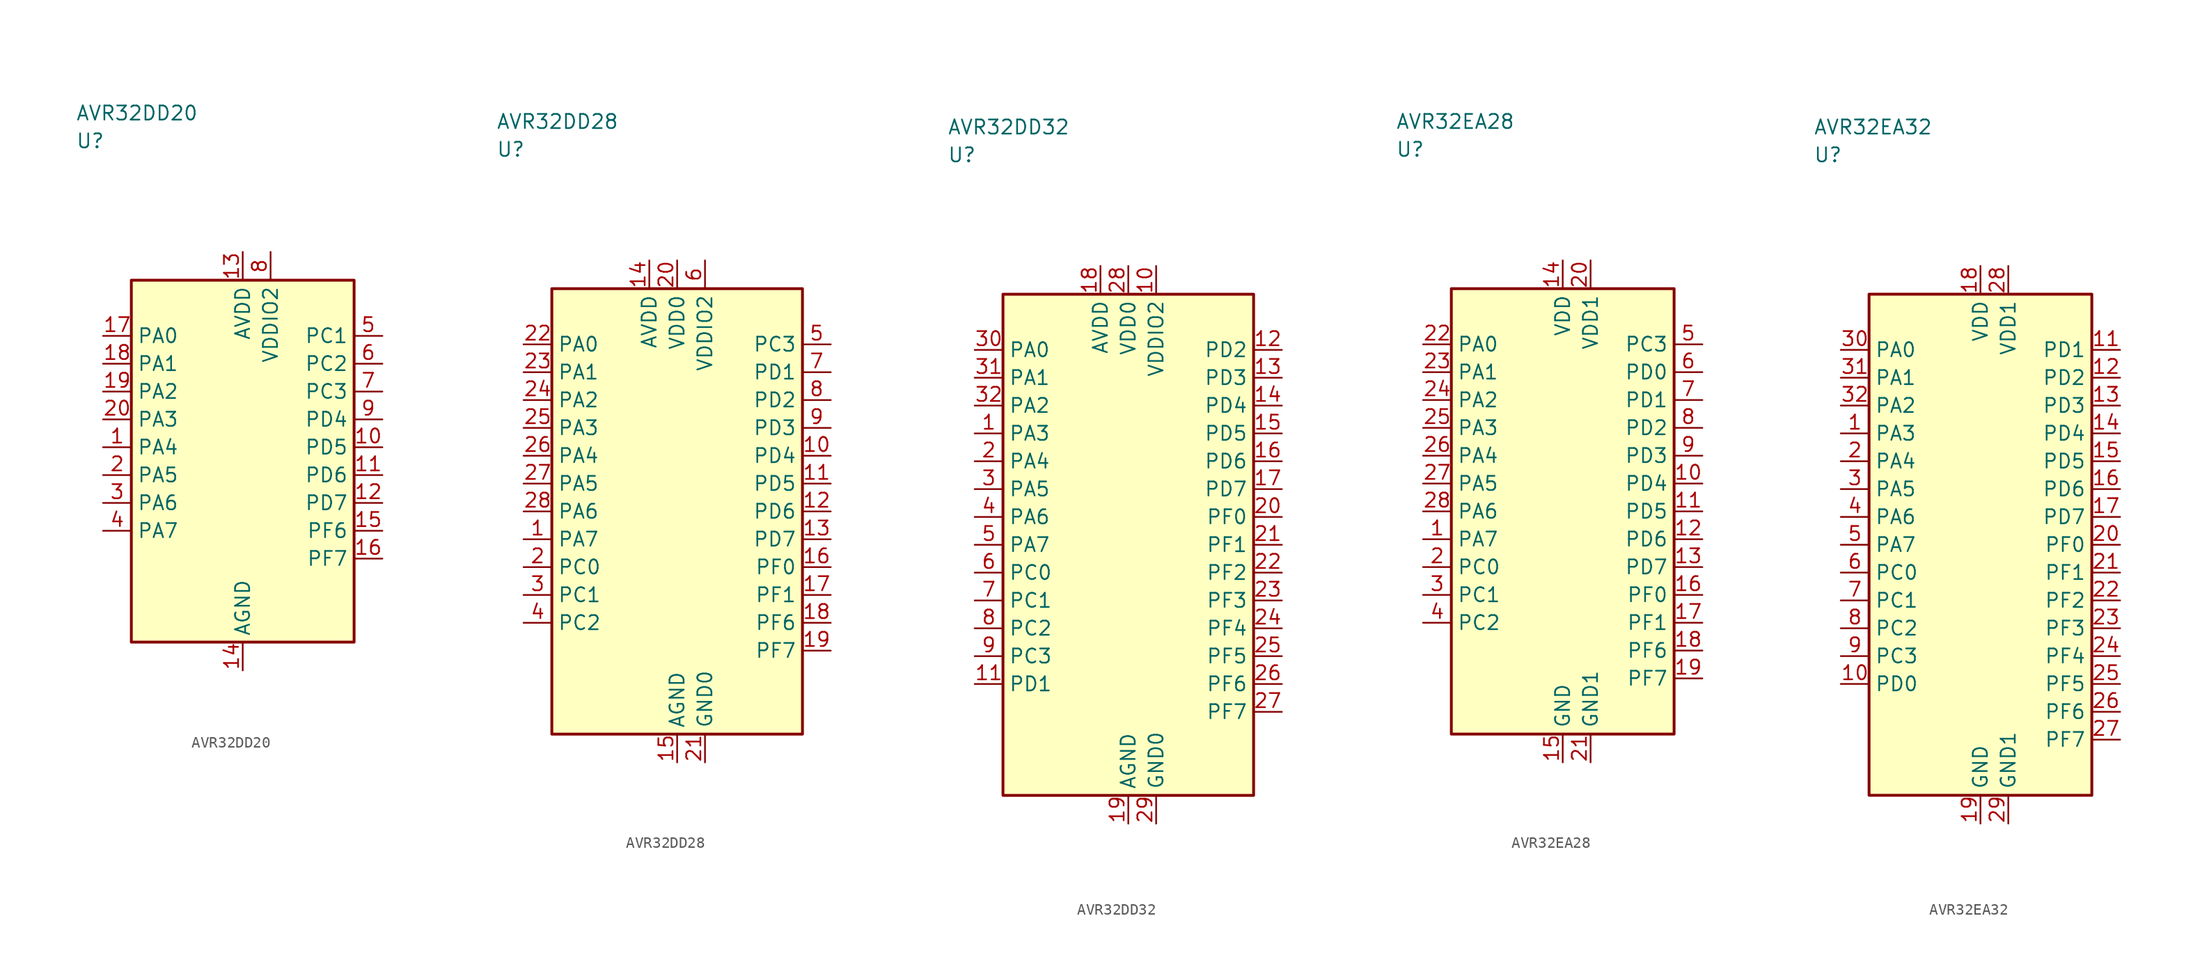
<source format=kicad_sym>
(kicad_symbol_lib
  (version 20241025)
  (generator "kicad_symbol_editor")
  (generator_version "8.0")
  (symbol "AVR32DD20"
    (property "Reference" "U"
      (at -15.0 28.75 0)
      (effects (font (size 1.27 1.27)) (justify left)))
    (property "Value" "AVR32DD20"
      (at -15.0 31.25 0)
      (effects (font (size 1.27 1.27)) (justify left)))
    (symbol "AVR32DD20_0_1"
      (rectangle (start -10.0 16.25) (end 10.0 -16.25) (stroke (width 0.254) (type default)) (fill (type background))))
    (symbol "AVR32DD20_1_1"
      (pin bidirectional line (at -12.54 1.25 0.0) (length 2.54) (name "PA4" (effects (font (size 1.27 1.27)))) (number "1" (effects (font (size 1.27 1.27)))))
      (pin bidirectional line (at -12.54 -1.25 0.0) (length 2.54) (name "PA5" (effects (font (size 1.27 1.27)))) (number "2" (effects (font (size 1.27 1.27)))))
      (pin bidirectional line (at -12.54 -3.75 0.0) (length 2.54) (name "PA6" (effects (font (size 1.27 1.27)))) (number "3" (effects (font (size 1.27 1.27)))))
      (pin bidirectional line (at -12.54 -6.25 0.0) (length 2.54) (name "PA7" (effects (font (size 1.27 1.27)))) (number "4" (effects (font (size 1.27 1.27)))))
      (pin bidirectional line (at 12.54 11.25 180.0) (length 2.54) (name "PC1" (effects (font (size 1.27 1.27)))) (number "5" (effects (font (size 1.27 1.27)))))
      (pin bidirectional line (at 12.54 8.75 180.0) (length 2.54) (name "PC2" (effects (font (size 1.27 1.27)))) (number "6" (effects (font (size 1.27 1.27)))))
      (pin bidirectional line (at 12.54 6.25 180.0) (length 2.54) (name "PC3" (effects (font (size 1.27 1.27)))) (number "7" (effects (font (size 1.27 1.27)))))
      (pin power_in line (at 2.5 18.79 270.0) (length 2.54) (name "VDDIO2" (effects (font (size 1.27 1.27)))) (number "8" (effects (font (size 1.27 1.27)))))
      (pin bidirectional line (at 12.54 3.75 180.0) (length 2.54) (name "PD4" (effects (font (size 1.27 1.27)))) (number "9" (effects (font (size 1.27 1.27)))))
      (pin bidirectional line (at 12.54 1.25 180.0) (length 2.54) (name "PD5" (effects (font (size 1.27 1.27)))) (number "10" (effects (font (size 1.27 1.27)))))
      (pin bidirectional line (at 12.54 -1.25 180.0) (length 2.54) (name "PD6" (effects (font (size 1.27 1.27)))) (number "11" (effects (font (size 1.27 1.27)))))
      (pin bidirectional line (at 12.54 -3.75 180.0) (length 2.54) (name "PD7" (effects (font (size 1.27 1.27)))) (number "12" (effects (font (size 1.27 1.27)))))
      (pin power_in line (at 0.0 18.79 270.0) (length 2.54) (name "AVDD" (effects (font (size 1.27 1.27)))) (number "13" (effects (font (size 1.27 1.27)))))
      (pin passive line (at 0.0 -18.79 90.0) (length 2.54) (name "AGND" (effects (font (size 1.27 1.27)))) (number "14" (effects (font (size 1.27 1.27)))))
      (pin bidirectional line (at 12.54 -6.25 180.0) (length 2.54) (name "PF6" (effects (font (size 1.27 1.27)))) (number "15" (effects (font (size 1.27 1.27)))))
      (pin bidirectional line (at 12.54 -8.75 180.0) (length 2.54) (name "PF7" (effects (font (size 1.27 1.27)))) (number "16" (effects (font (size 1.27 1.27)))))
      (pin bidirectional line (at -12.54 11.25 0.0) (length 2.54) (name "PA0" (effects (font (size 1.27 1.27)))) (number "17" (effects (font (size 1.27 1.27)))))
      (pin bidirectional line (at -12.54 8.75 0.0) (length 2.54) (name "PA1" (effects (font (size 1.27 1.27)))) (number "18" (effects (font (size 1.27 1.27)))))
      (pin bidirectional line (at -12.54 6.25 0.0) (length 2.54) (name "PA2" (effects (font (size 1.27 1.27)))) (number "19" (effects (font (size 1.27 1.27)))))
      (pin bidirectional line (at -12.54 3.75 0.0) (length 2.54) (name "PA3" (effects (font (size 1.27 1.27)))) (number "20" (effects (font (size 1.27 1.27)))))))
  (symbol "AVR32DD28"
    (property "Reference" "U"
      (at -16.25 32.5 0)
      (effects (font (size 1.27 1.27)) (justify left)))
    (property "Value" "AVR32DD28"
      (at -16.25 35.0 0)
      (effects (font (size 1.27 1.27)) (justify left)))
    (symbol "AVR32DD28_0_1"
      (rectangle (start -11.25 20.0) (end 11.25 -20.0) (stroke (width 0.254) (type default)) (fill (type background))))
    (symbol "AVR32DD28_1_1"
      (pin bidirectional line (at -13.79 -2.5 0.0) (length 2.54) (name "PA7" (effects (font (size 1.27 1.27)))) (number "1" (effects (font (size 1.27 1.27)))))
      (pin bidirectional line (at -13.79 -5.0 0.0) (length 2.54) (name "PC0" (effects (font (size 1.27 1.27)))) (number "2" (effects (font (size 1.27 1.27)))))
      (pin bidirectional line (at -13.79 -7.5 0.0) (length 2.54) (name "PC1" (effects (font (size 1.27 1.27)))) (number "3" (effects (font (size 1.27 1.27)))))
      (pin bidirectional line (at -13.79 -10.0 0.0) (length 2.54) (name "PC2" (effects (font (size 1.27 1.27)))) (number "4" (effects (font (size 1.27 1.27)))))
      (pin bidirectional line (at 13.79 15.0 180.0) (length 2.54) (name "PC3" (effects (font (size 1.27 1.27)))) (number "5" (effects (font (size 1.27 1.27)))))
      (pin power_in line (at 2.5 22.54 270.0) (length 2.54) (name "VDDIO2" (effects (font (size 1.27 1.27)))) (number "6" (effects (font (size 1.27 1.27)))))
      (pin bidirectional line (at 13.79 12.5 180.0) (length 2.54) (name "PD1" (effects (font (size 1.27 1.27)))) (number "7" (effects (font (size 1.27 1.27)))))
      (pin bidirectional line (at 13.79 10.0 180.0) (length 2.54) (name "PD2" (effects (font (size 1.27 1.27)))) (number "8" (effects (font (size 1.27 1.27)))))
      (pin bidirectional line (at 13.79 7.5 180.0) (length 2.54) (name "PD3" (effects (font (size 1.27 1.27)))) (number "9" (effects (font (size 1.27 1.27)))))
      (pin bidirectional line (at 13.79 5.0 180.0) (length 2.54) (name "PD4" (effects (font (size 1.27 1.27)))) (number "10" (effects (font (size 1.27 1.27)))))
      (pin bidirectional line (at 13.79 2.5 180.0) (length 2.54) (name "PD5" (effects (font (size 1.27 1.27)))) (number "11" (effects (font (size 1.27 1.27)))))
      (pin bidirectional line (at 13.79 0.0 180.0) (length 2.54) (name "PD6" (effects (font (size 1.27 1.27)))) (number "12" (effects (font (size 1.27 1.27)))))
      (pin bidirectional line (at 13.79 -2.5 180.0) (length 2.54) (name "PD7" (effects (font (size 1.27 1.27)))) (number "13" (effects (font (size 1.27 1.27)))))
      (pin power_in line (at -2.5 22.54 270.0) (length 2.54) (name "AVDD" (effects (font (size 1.27 1.27)))) (number "14" (effects (font (size 1.27 1.27)))))
      (pin passive line (at 0.0 -22.54 90.0) (length 2.54) (name "AGND" (effects (font (size 1.27 1.27)))) (number "15" (effects (font (size 1.27 1.27)))))
      (pin bidirectional line (at 13.79 -5.0 180.0) (length 2.54) (name "PF0" (effects (font (size 1.27 1.27)))) (number "16" (effects (font (size 1.27 1.27)))))
      (pin bidirectional line (at 13.79 -7.5 180.0) (length 2.54) (name "PF1" (effects (font (size 1.27 1.27)))) (number "17" (effects (font (size 1.27 1.27)))))
      (pin bidirectional line (at 13.79 -10.0 180.0) (length 2.54) (name "PF6" (effects (font (size 1.27 1.27)))) (number "18" (effects (font (size 1.27 1.27)))))
      (pin bidirectional line (at 13.79 -12.5 180.0) (length 2.54) (name "PF7" (effects (font (size 1.27 1.27)))) (number "19" (effects (font (size 1.27 1.27)))))
      (pin power_in line (at 0.0 22.54 270.0) (length 2.54) (name "VDD0" (effects (font (size 1.27 1.27)))) (number "20" (effects (font (size 1.27 1.27)))))
      (pin passive line (at 2.5 -22.54 90.0) (length 2.54) (name "GND0" (effects (font (size 1.27 1.27)))) (number "21" (effects (font (size 1.27 1.27)))))
      (pin bidirectional line (at -13.79 15.0 0.0) (length 2.54) (name "PA0" (effects (font (size 1.27 1.27)))) (number "22" (effects (font (size 1.27 1.27)))))
      (pin bidirectional line (at -13.79 12.5 0.0) (length 2.54) (name "PA1" (effects (font (size 1.27 1.27)))) (number "23" (effects (font (size 1.27 1.27)))))
      (pin bidirectional line (at -13.79 10.0 0.0) (length 2.54) (name "PA2" (effects (font (size 1.27 1.27)))) (number "24" (effects (font (size 1.27 1.27)))))
      (pin bidirectional line (at -13.79 7.5 0.0) (length 2.54) (name "PA3" (effects (font (size 1.27 1.27)))) (number "25" (effects (font (size 1.27 1.27)))))
      (pin bidirectional line (at -13.79 5.0 0.0) (length 2.54) (name "PA4" (effects (font (size 1.27 1.27)))) (number "26" (effects (font (size 1.27 1.27)))))
      (pin bidirectional line (at -13.79 2.5 0.0) (length 2.54) (name "PA5" (effects (font (size 1.27 1.27)))) (number "27" (effects (font (size 1.27 1.27)))))
      (pin bidirectional line (at -13.79 0.0 0.0) (length 2.54) (name "PA6" (effects (font (size 1.27 1.27)))) (number "28" (effects (font (size 1.27 1.27)))))))
  (symbol "AVR32DD32"
    (property "Reference" "U"
      (at -16.25 35.0 0)
      (effects (font (size 1.27 1.27)) (justify left)))
    (property "Value" "AVR32DD32"
      (at -16.25 37.5 0)
      (effects (font (size 1.27 1.27)) (justify left)))
    (symbol "AVR32DD32_0_1"
      (rectangle (start -11.25 22.5) (end 11.25 -22.5) (stroke (width 0.254) (type default)) (fill (type background))))
    (symbol "AVR32DD32_1_1"
      (pin bidirectional line (at -13.79 10.0 0.0) (length 2.54) (name "PA3" (effects (font (size 1.27 1.27)))) (number "1" (effects (font (size 1.27 1.27)))))
      (pin bidirectional line (at -13.79 7.5 0.0) (length 2.54) (name "PA4" (effects (font (size 1.27 1.27)))) (number "2" (effects (font (size 1.27 1.27)))))
      (pin bidirectional line (at -13.79 5.0 0.0) (length 2.54) (name "PA5" (effects (font (size 1.27 1.27)))) (number "3" (effects (font (size 1.27 1.27)))))
      (pin bidirectional line (at -13.79 2.5 0.0) (length 2.54) (name "PA6" (effects (font (size 1.27 1.27)))) (number "4" (effects (font (size 1.27 1.27)))))
      (pin bidirectional line (at -13.79 0.0 0.0) (length 2.54) (name "PA7" (effects (font (size 1.27 1.27)))) (number "5" (effects (font (size 1.27 1.27)))))
      (pin bidirectional line (at -13.79 -2.5 0.0) (length 2.54) (name "PC0" (effects (font (size 1.27 1.27)))) (number "6" (effects (font (size 1.27 1.27)))))
      (pin bidirectional line (at -13.79 -5.0 0.0) (length 2.54) (name "PC1" (effects (font (size 1.27 1.27)))) (number "7" (effects (font (size 1.27 1.27)))))
      (pin bidirectional line (at -13.79 -7.5 0.0) (length 2.54) (name "PC2" (effects (font (size 1.27 1.27)))) (number "8" (effects (font (size 1.27 1.27)))))
      (pin bidirectional line (at -13.79 -10.0 0.0) (length 2.54) (name "PC3" (effects (font (size 1.27 1.27)))) (number "9" (effects (font (size 1.27 1.27)))))
      (pin power_in line (at 2.5 25.04 270.0) (length 2.54) (name "VDDIO2" (effects (font (size 1.27 1.27)))) (number "10" (effects (font (size 1.27 1.27)))))
      (pin bidirectional line (at -13.79 -12.5 0.0) (length 2.54) (name "PD1" (effects (font (size 1.27 1.27)))) (number "11" (effects (font (size 1.27 1.27)))))
      (pin bidirectional line (at 13.79 17.5 180.0) (length 2.54) (name "PD2" (effects (font (size 1.27 1.27)))) (number "12" (effects (font (size 1.27 1.27)))))
      (pin bidirectional line (at 13.79 15.0 180.0) (length 2.54) (name "PD3" (effects (font (size 1.27 1.27)))) (number "13" (effects (font (size 1.27 1.27)))))
      (pin bidirectional line (at 13.79 12.5 180.0) (length 2.54) (name "PD4" (effects (font (size 1.27 1.27)))) (number "14" (effects (font (size 1.27 1.27)))))
      (pin bidirectional line (at 13.79 10.0 180.0) (length 2.54) (name "PD5" (effects (font (size 1.27 1.27)))) (number "15" (effects (font (size 1.27 1.27)))))
      (pin bidirectional line (at 13.79 7.5 180.0) (length 2.54) (name "PD6" (effects (font (size 1.27 1.27)))) (number "16" (effects (font (size 1.27 1.27)))))
      (pin bidirectional line (at 13.79 5.0 180.0) (length 2.54) (name "PD7" (effects (font (size 1.27 1.27)))) (number "17" (effects (font (size 1.27 1.27)))))
      (pin power_in line (at -2.5 25.04 270.0) (length 2.54) (name "AVDD" (effects (font (size 1.27 1.27)))) (number "18" (effects (font (size 1.27 1.27)))))
      (pin passive line (at 0.0 -25.04 90.0) (length 2.54) (name "AGND" (effects (font (size 1.27 1.27)))) (number "19" (effects (font (size 1.27 1.27)))))
      (pin bidirectional line (at 13.79 2.5 180.0) (length 2.54) (name "PF0" (effects (font (size 1.27 1.27)))) (number "20" (effects (font (size 1.27 1.27)))))
      (pin bidirectional line (at 13.79 0.0 180.0) (length 2.54) (name "PF1" (effects (font (size 1.27 1.27)))) (number "21" (effects (font (size 1.27 1.27)))))
      (pin bidirectional line (at 13.79 -2.5 180.0) (length 2.54) (name "PF2" (effects (font (size 1.27 1.27)))) (number "22" (effects (font (size 1.27 1.27)))))
      (pin bidirectional line (at 13.79 -5.0 180.0) (length 2.54) (name "PF3" (effects (font (size 1.27 1.27)))) (number "23" (effects (font (size 1.27 1.27)))))
      (pin bidirectional line (at 13.79 -7.5 180.0) (length 2.54) (name "PF4" (effects (font (size 1.27 1.27)))) (number "24" (effects (font (size 1.27 1.27)))))
      (pin bidirectional line (at 13.79 -10.0 180.0) (length 2.54) (name "PF5" (effects (font (size 1.27 1.27)))) (number "25" (effects (font (size 1.27 1.27)))))
      (pin bidirectional line (at 13.79 -12.5 180.0) (length 2.54) (name "PF6" (effects (font (size 1.27 1.27)))) (number "26" (effects (font (size 1.27 1.27)))))
      (pin bidirectional line (at 13.79 -15.0 180.0) (length 2.54) (name "PF7" (effects (font (size 1.27 1.27)))) (number "27" (effects (font (size 1.27 1.27)))))
      (pin power_in line (at 0.0 25.04 270.0) (length 2.54) (name "VDD0" (effects (font (size 1.27 1.27)))) (number "28" (effects (font (size 1.27 1.27)))))
      (pin passive line (at 2.5 -25.04 90.0) (length 2.54) (name "GND0" (effects (font (size 1.27 1.27)))) (number "29" (effects (font (size 1.27 1.27)))))
      (pin bidirectional line (at -13.79 17.5 0.0) (length 2.54) (name "PA0" (effects (font (size 1.27 1.27)))) (number "30" (effects (font (size 1.27 1.27)))))
      (pin bidirectional line (at -13.79 15.0 0.0) (length 2.54) (name "PA1" (effects (font (size 1.27 1.27)))) (number "31" (effects (font (size 1.27 1.27)))))
      (pin bidirectional line (at -13.79 12.5 0.0) (length 2.54) (name "PA2" (effects (font (size 1.27 1.27)))) (number "32" (effects (font (size 1.27 1.27)))))))
  (symbol "AVR32EA28"
    (property "Reference" "U"
      (at -15.0 32.5 0)
      (effects (font (size 1.27 1.27)) (justify left)))
    (property "Value" "AVR32EA28"
      (at -15.0 35.0 0)
      (effects (font (size 1.27 1.27)) (justify left)))
    (symbol "AVR32EA28_0_1"
      (rectangle (start -10.0 20.0) (end 10.0 -20.0) (stroke (width 0.254) (type default)) (fill (type background))))
    (symbol "AVR32EA28_1_1"
      (pin bidirectional line (at -12.54 -2.5 0.0) (length 2.54) (name "PA7" (effects (font (size 1.27 1.27)))) (number "1" (effects (font (size 1.27 1.27)))))
      (pin bidirectional line (at -12.54 -5.0 0.0) (length 2.54) (name "PC0" (effects (font (size 1.27 1.27)))) (number "2" (effects (font (size 1.27 1.27)))))
      (pin bidirectional line (at -12.54 -7.5 0.0) (length 2.54) (name "PC1" (effects (font (size 1.27 1.27)))) (number "3" (effects (font (size 1.27 1.27)))))
      (pin bidirectional line (at -12.54 -10.0 0.0) (length 2.54) (name "PC2" (effects (font (size 1.27 1.27)))) (number "4" (effects (font (size 1.27 1.27)))))
      (pin bidirectional line (at 12.54 15.0 180.0) (length 2.54) (name "PC3" (effects (font (size 1.27 1.27)))) (number "5" (effects (font (size 1.27 1.27)))))
      (pin bidirectional line (at 12.54 12.5 180.0) (length 2.54) (name "PD0" (effects (font (size 1.27 1.27)))) (number "6" (effects (font (size 1.27 1.27)))))
      (pin bidirectional line (at 12.54 10.0 180.0) (length 2.54) (name "PD1" (effects (font (size 1.27 1.27)))) (number "7" (effects (font (size 1.27 1.27)))))
      (pin bidirectional line (at 12.54 7.5 180.0) (length 2.54) (name "PD2" (effects (font (size 1.27 1.27)))) (number "8" (effects (font (size 1.27 1.27)))))
      (pin bidirectional line (at 12.54 5.0 180.0) (length 2.54) (name "PD3" (effects (font (size 1.27 1.27)))) (number "9" (effects (font (size 1.27 1.27)))))
      (pin bidirectional line (at 12.54 2.5 180.0) (length 2.54) (name "PD4" (effects (font (size 1.27 1.27)))) (number "10" (effects (font (size 1.27 1.27)))))
      (pin bidirectional line (at 12.54 0.0 180.0) (length 2.54) (name "PD5" (effects (font (size 1.27 1.27)))) (number "11" (effects (font (size 1.27 1.27)))))
      (pin bidirectional line (at 12.54 -2.5 180.0) (length 2.54) (name "PD6" (effects (font (size 1.27 1.27)))) (number "12" (effects (font (size 1.27 1.27)))))
      (pin bidirectional line (at 12.54 -5.0 180.0) (length 2.54) (name "PD7" (effects (font (size 1.27 1.27)))) (number "13" (effects (font (size 1.27 1.27)))))
      (pin power_in line (at 0.0 22.54 270.0) (length 2.54) (name "VDD" (effects (font (size 1.27 1.27)))) (number "14" (effects (font (size 1.27 1.27)))))
      (pin passive line (at 0.0 -22.54 90.0) (length 2.54) (name "GND" (effects (font (size 1.27 1.27)))) (number "15" (effects (font (size 1.27 1.27)))))
      (pin bidirectional line (at 12.54 -7.5 180.0) (length 2.54) (name "PF0" (effects (font (size 1.27 1.27)))) (number "16" (effects (font (size 1.27 1.27)))))
      (pin bidirectional line (at 12.54 -10.0 180.0) (length 2.54) (name "PF1" (effects (font (size 1.27 1.27)))) (number "17" (effects (font (size 1.27 1.27)))))
      (pin bidirectional line (at 12.54 -12.5 180.0) (length 2.54) (name "PF6" (effects (font (size 1.27 1.27)))) (number "18" (effects (font (size 1.27 1.27)))))
      (pin bidirectional line (at 12.54 -15.0 180.0) (length 2.54) (name "PF7" (effects (font (size 1.27 1.27)))) (number "19" (effects (font (size 1.27 1.27)))))
      (pin power_in line (at 2.5 22.54 270.0) (length 2.54) (name "VDD1" (effects (font (size 1.27 1.27)))) (number "20" (effects (font (size 1.27 1.27)))))
      (pin passive line (at 2.5 -22.54 90.0) (length 2.54) (name "GND1" (effects (font (size 1.27 1.27)))) (number "21" (effects (font (size 1.27 1.27)))))
      (pin bidirectional line (at -12.54 15.0 0.0) (length 2.54) (name "PA0" (effects (font (size 1.27 1.27)))) (number "22" (effects (font (size 1.27 1.27)))))
      (pin bidirectional line (at -12.54 12.5 0.0) (length 2.54) (name "PA1" (effects (font (size 1.27 1.27)))) (number "23" (effects (font (size 1.27 1.27)))))
      (pin bidirectional line (at -12.54 10.0 0.0) (length 2.54) (name "PA2" (effects (font (size 1.27 1.27)))) (number "24" (effects (font (size 1.27 1.27)))))
      (pin bidirectional line (at -12.54 7.5 0.0) (length 2.54) (name "PA3" (effects (font (size 1.27 1.27)))) (number "25" (effects (font (size 1.27 1.27)))))
      (pin bidirectional line (at -12.54 5.0 0.0) (length 2.54) (name "PA4" (effects (font (size 1.27 1.27)))) (number "26" (effects (font (size 1.27 1.27)))))
      (pin bidirectional line (at -12.54 2.5 0.0) (length 2.54) (name "PA5" (effects (font (size 1.27 1.27)))) (number "27" (effects (font (size 1.27 1.27)))))
      (pin bidirectional line (at -12.54 0.0 0.0) (length 2.54) (name "PA6" (effects (font (size 1.27 1.27)))) (number "28" (effects (font (size 1.27 1.27)))))))
  (symbol "AVR32EA32"
    (property "Reference" "U"
      (at -15.0 35.0 0)
      (effects (font (size 1.27 1.27)) (justify left)))
    (property "Value" "AVR32EA32"
      (at -15.0 37.5 0)
      (effects (font (size 1.27 1.27)) (justify left)))
    (symbol "AVR32EA32_0_1"
      (rectangle (start -10.0 22.5) (end 10.0 -22.5) (stroke (width 0.254) (type default)) (fill (type background))))
    (symbol "AVR32EA32_1_1"
      (pin bidirectional line (at -12.54 10.0 0.0) (length 2.54) (name "PA3" (effects (font (size 1.27 1.27)))) (number "1" (effects (font (size 1.27 1.27)))))
      (pin bidirectional line (at -12.54 7.5 0.0) (length 2.54) (name "PA4" (effects (font (size 1.27 1.27)))) (number "2" (effects (font (size 1.27 1.27)))))
      (pin bidirectional line (at -12.54 5.0 0.0) (length 2.54) (name "PA5" (effects (font (size 1.27 1.27)))) (number "3" (effects (font (size 1.27 1.27)))))
      (pin bidirectional line (at -12.54 2.5 0.0) (length 2.54) (name "PA6" (effects (font (size 1.27 1.27)))) (number "4" (effects (font (size 1.27 1.27)))))
      (pin bidirectional line (at -12.54 0.0 0.0) (length 2.54) (name "PA7" (effects (font (size 1.27 1.27)))) (number "5" (effects (font (size 1.27 1.27)))))
      (pin bidirectional line (at -12.54 -2.5 0.0) (length 2.54) (name "PC0" (effects (font (size 1.27 1.27)))) (number "6" (effects (font (size 1.27 1.27)))))
      (pin bidirectional line (at -12.54 -5.0 0.0) (length 2.54) (name "PC1" (effects (font (size 1.27 1.27)))) (number "7" (effects (font (size 1.27 1.27)))))
      (pin bidirectional line (at -12.54 -7.5 0.0) (length 2.54) (name "PC2" (effects (font (size 1.27 1.27)))) (number "8" (effects (font (size 1.27 1.27)))))
      (pin bidirectional line (at -12.54 -10.0 0.0) (length 2.54) (name "PC3" (effects (font (size 1.27 1.27)))) (number "9" (effects (font (size 1.27 1.27)))))
      (pin bidirectional line (at -12.54 -12.5 0.0) (length 2.54) (name "PD0" (effects (font (size 1.27 1.27)))) (number "10" (effects (font (size 1.27 1.27)))))
      (pin bidirectional line (at 12.54 17.5 180.0) (length 2.54) (name "PD1" (effects (font (size 1.27 1.27)))) (number "11" (effects (font (size 1.27 1.27)))))
      (pin bidirectional line (at 12.54 15.0 180.0) (length 2.54) (name "PD2" (effects (font (size 1.27 1.27)))) (number "12" (effects (font (size 1.27 1.27)))))
      (pin bidirectional line (at 12.54 12.5 180.0) (length 2.54) (name "PD3" (effects (font (size 1.27 1.27)))) (number "13" (effects (font (size 1.27 1.27)))))
      (pin bidirectional line (at 12.54 10.0 180.0) (length 2.54) (name "PD4" (effects (font (size 1.27 1.27)))) (number "14" (effects (font (size 1.27 1.27)))))
      (pin bidirectional line (at 12.54 7.5 180.0) (length 2.54) (name "PD5" (effects (font (size 1.27 1.27)))) (number "15" (effects (font (size 1.27 1.27)))))
      (pin bidirectional line (at 12.54 5.0 180.0) (length 2.54) (name "PD6" (effects (font (size 1.27 1.27)))) (number "16" (effects (font (size 1.27 1.27)))))
      (pin bidirectional line (at 12.54 2.5 180.0) (length 2.54) (name "PD7" (effects (font (size 1.27 1.27)))) (number "17" (effects (font (size 1.27 1.27)))))
      (pin power_in line (at 0.0 25.04 270.0) (length 2.54) (name "VDD" (effects (font (size 1.27 1.27)))) (number "18" (effects (font (size 1.27 1.27)))))
      (pin passive line (at 0.0 -25.04 90.0) (length 2.54) (name "GND" (effects (font (size 1.27 1.27)))) (number "19" (effects (font (size 1.27 1.27)))))
      (pin bidirectional line (at 12.54 0.0 180.0) (length 2.54) (name "PF0" (effects (font (size 1.27 1.27)))) (number "20" (effects (font (size 1.27 1.27)))))
      (pin bidirectional line (at 12.54 -2.5 180.0) (length 2.54) (name "PF1" (effects (font (size 1.27 1.27)))) (number "21" (effects (font (size 1.27 1.27)))))
      (pin bidirectional line (at 12.54 -5.0 180.0) (length 2.54) (name "PF2" (effects (font (size 1.27 1.27)))) (number "22" (effects (font (size 1.27 1.27)))))
      (pin bidirectional line (at 12.54 -7.5 180.0) (length 2.54) (name "PF3" (effects (font (size 1.27 1.27)))) (number "23" (effects (font (size 1.27 1.27)))))
      (pin bidirectional line (at 12.54 -10.0 180.0) (length 2.54) (name "PF4" (effects (font (size 1.27 1.27)))) (number "24" (effects (font (size 1.27 1.27)))))
      (pin bidirectional line (at 12.54 -12.5 180.0) (length 2.54) (name "PF5" (effects (font (size 1.27 1.27)))) (number "25" (effects (font (size 1.27 1.27)))))
      (pin bidirectional line (at 12.54 -15.0 180.0) (length 2.54) (name "PF6" (effects (font (size 1.27 1.27)))) (number "26" (effects (font (size 1.27 1.27)))))
      (pin bidirectional line (at 12.54 -17.5 180.0) (length 2.54) (name "PF7" (effects (font (size 1.27 1.27)))) (number "27" (effects (font (size 1.27 1.27)))))
      (pin power_in line (at 2.5 25.04 270.0) (length 2.54) (name "VDD1" (effects (font (size 1.27 1.27)))) (number "28" (effects (font (size 1.27 1.27)))))
      (pin passive line (at 2.5 -25.04 90.0) (length 2.54) (name "GND1" (effects (font (size 1.27 1.27)))) (number "29" (effects (font (size 1.27 1.27)))))
      (pin bidirectional line (at -12.54 17.5 0.0) (length 2.54) (name "PA0" (effects (font (size 1.27 1.27)))) (number "30" (effects (font (size 1.27 1.27)))))
      (pin bidirectional line (at -12.54 15.0 0.0) (length 2.54) (name "PA1" (effects (font (size 1.27 1.27)))) (number "31" (effects (font (size 1.27 1.27)))))
      (pin bidirectional line (at -12.54 12.5 0.0) (length 2.54) (name "PA2" (effects (font (size 1.27 1.27)))) (number "32" (effects (font (size 1.27 1.27))))))))
</source>
